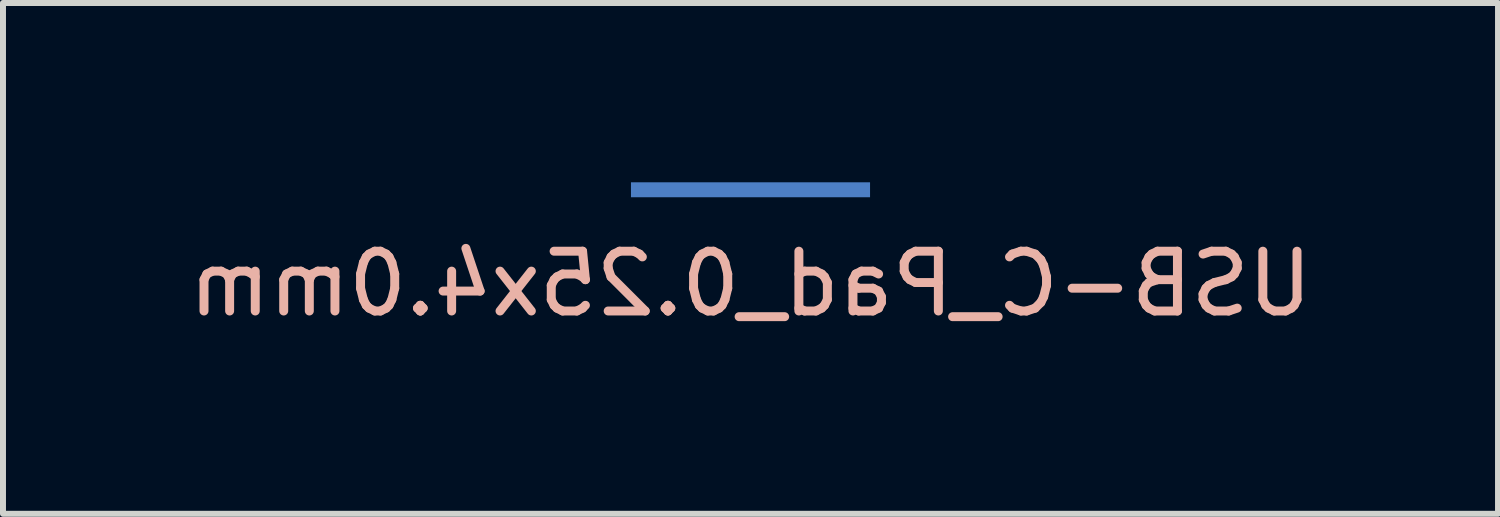
<source format=kicad_pcb>
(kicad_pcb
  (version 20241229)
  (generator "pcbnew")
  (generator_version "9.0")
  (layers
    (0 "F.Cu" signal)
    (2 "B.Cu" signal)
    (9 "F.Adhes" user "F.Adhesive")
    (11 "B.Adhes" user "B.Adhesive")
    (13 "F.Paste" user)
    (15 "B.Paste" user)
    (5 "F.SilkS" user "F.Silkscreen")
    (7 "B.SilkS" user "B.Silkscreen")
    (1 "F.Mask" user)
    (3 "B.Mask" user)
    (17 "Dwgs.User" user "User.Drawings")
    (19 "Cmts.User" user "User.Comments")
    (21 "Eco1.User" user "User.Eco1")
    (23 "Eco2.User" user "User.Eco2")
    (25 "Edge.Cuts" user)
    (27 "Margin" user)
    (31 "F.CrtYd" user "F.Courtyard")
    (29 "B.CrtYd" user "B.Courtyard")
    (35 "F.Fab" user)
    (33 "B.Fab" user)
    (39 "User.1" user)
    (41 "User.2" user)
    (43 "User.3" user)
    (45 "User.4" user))
  (footprint "USB-C_Pad_0.25x4.0mm"
    (layer "B.Cu")
    (at 9.506 0.25)
    (property "Reference" "USB-C_Pad_0.25x4.0mm" (at 0 1.448 0) (layer "B.SilkS") (effects (font (size 1 1) (thickness 0.15)) (justify mirror)))
    (attr exclude_from_pos_files exclude_from_bom)
    (pad "1" smd rect (at 0 -0.125) (size 4 0.25) (layers "B.Cu" "B.Mask" "B.Paste")))
  (gr_rect
    (start -3 -3)
    (end 22.012 5.546)
    (stroke (width 0.1) (type default))
    (fill no)
    (layer "Edge.Cuts")))
</source>
